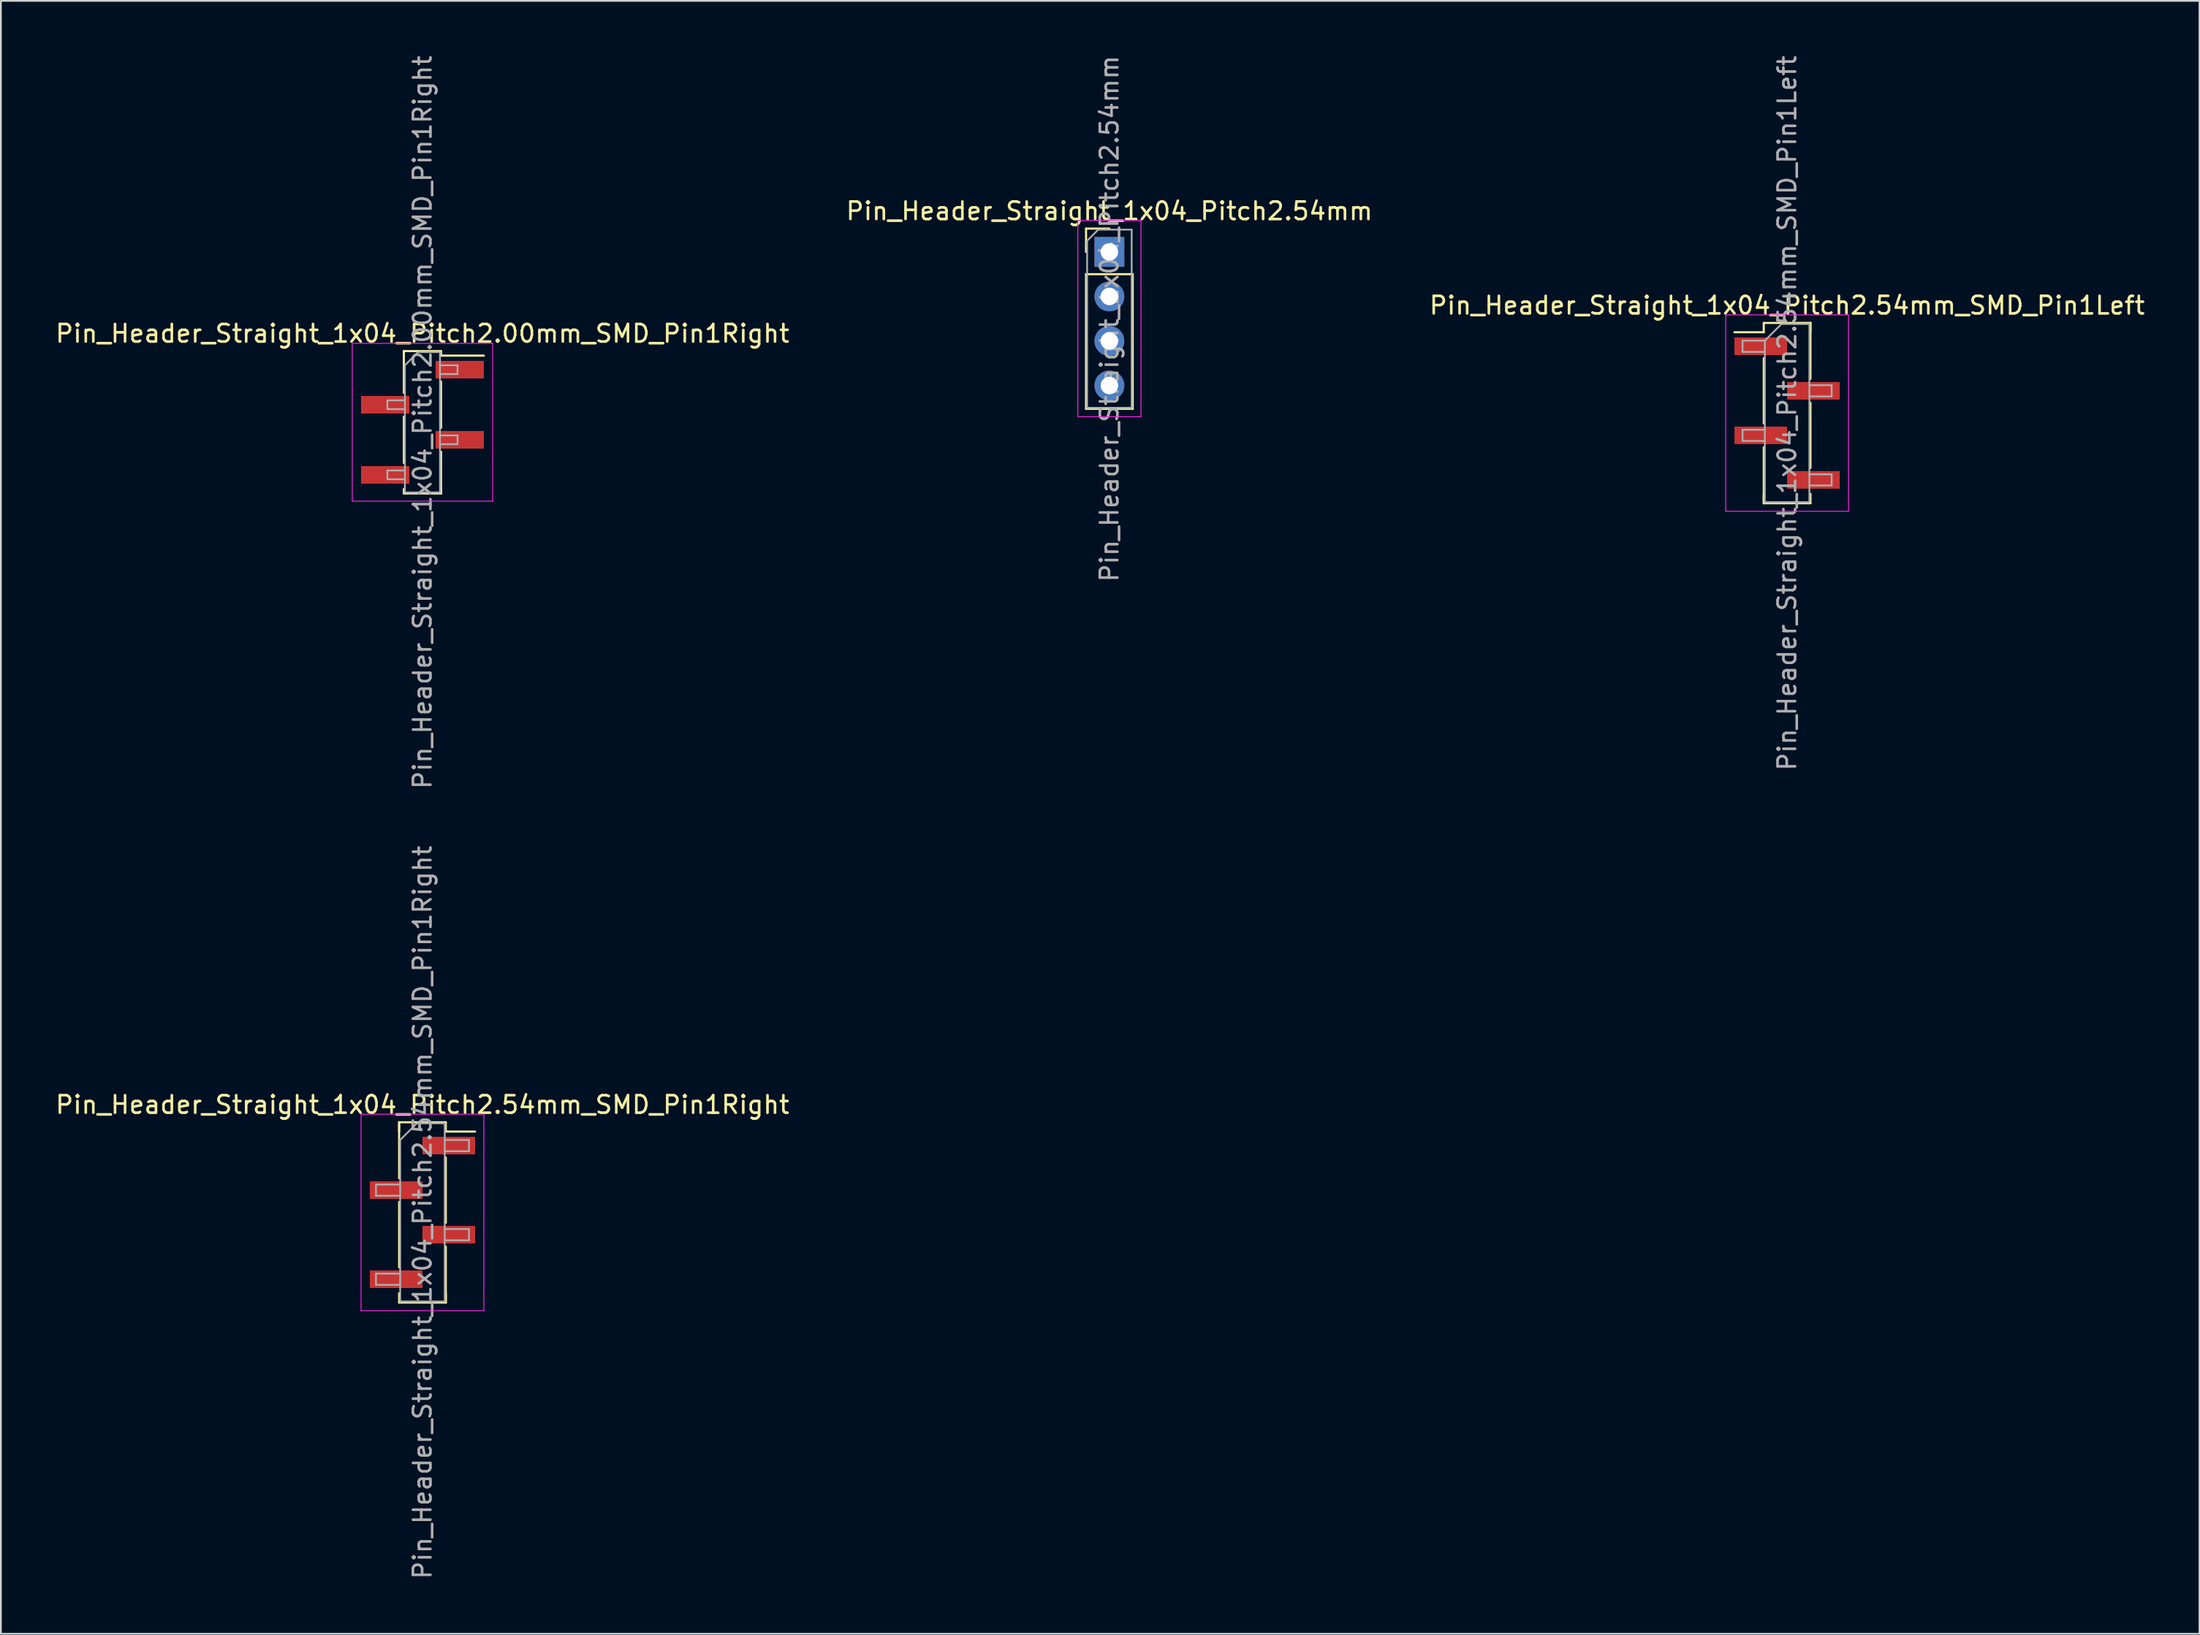
<source format=kicad_pcb>
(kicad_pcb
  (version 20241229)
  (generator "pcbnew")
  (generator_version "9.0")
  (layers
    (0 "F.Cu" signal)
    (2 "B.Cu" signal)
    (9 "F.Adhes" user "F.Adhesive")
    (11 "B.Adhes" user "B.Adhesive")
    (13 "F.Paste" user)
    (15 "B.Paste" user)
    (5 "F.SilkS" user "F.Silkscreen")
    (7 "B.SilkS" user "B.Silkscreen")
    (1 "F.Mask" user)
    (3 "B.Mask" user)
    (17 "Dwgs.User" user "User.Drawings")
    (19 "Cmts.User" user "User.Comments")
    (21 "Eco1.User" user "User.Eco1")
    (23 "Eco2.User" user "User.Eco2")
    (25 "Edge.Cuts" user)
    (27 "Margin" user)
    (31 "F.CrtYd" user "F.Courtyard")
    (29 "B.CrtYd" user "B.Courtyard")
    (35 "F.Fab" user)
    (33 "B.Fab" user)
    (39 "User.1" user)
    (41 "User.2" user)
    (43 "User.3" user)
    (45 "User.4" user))
  (footprint "Pin_Header_Straight_1x04_Pitch2.54mm_SMD_Pin1Right"
    (layer "F.Cu")
    (at 21.03 66.089)
    (property "Reference" "Pin_Header_Straight_1x04_Pitch2.54mm_SMD_Pin1Right" (at 0 -6.14 0) (layer "F.SilkS") (effects (font (size 1 1) (thickness 0.15))))
    (attr smd)
    (fp_line (start -1.33 -5.14) (end -1.33 -1.95) (stroke (width 0.12) (type solid)) (layer "F.SilkS"))
    (fp_line (start -1.33 -5.14) (end 1.33 -5.14) (stroke (width 0.12) (type solid)) (layer "F.SilkS"))
    (fp_line (start -1.33 -4.61) (end -1.33 -5.14) (stroke (width 0.12) (type solid)) (layer "F.SilkS"))
    (fp_line (start -1.33 -0.59) (end -1.33 3.13) (stroke (width 0.12) (type solid)) (layer "F.SilkS"))
    (fp_line (start -1.33 4.61) (end -1.33 5.14) (stroke (width 0.12) (type solid)) (layer "F.SilkS"))
    (fp_line (start -1.33 5.14) (end 1.33 5.14) (stroke (width 0.12) (type solid)) (layer "F.SilkS"))
    (fp_line (start 1.33 -5.14) (end 1.33 -4.61) (stroke (width 0.12) (type solid)) (layer "F.SilkS"))
    (fp_line (start 1.33 -4.61) (end 3 -4.61) (stroke (width 0.12) (type solid)) (layer "F.SilkS"))
    (fp_line (start 1.33 -3.13) (end 1.33 0.59) (stroke (width 0.12) (type solid)) (layer "F.SilkS"))
    (fp_line (start 1.33 1.95) (end 1.33 5.14) (stroke (width 0.12) (type solid)) (layer "F.SilkS"))
    (fp_line (start 1.33 5.14) (end 1.33 4.61) (stroke (width 0.12) (type solid)) (layer "F.SilkS"))
    (fp_line (start -3.5 -5.6) (end -3.5 5.6) (stroke (width 0.05) (type solid)) (layer "F.CrtYd"))
    (fp_line (start -3.5 5.6) (end 3.5 5.6) (stroke (width 0.05) (type solid)) (layer "F.CrtYd"))
    (fp_line (start 3.5 -5.6) (end -3.5 -5.6) (stroke (width 0.05) (type solid)) (layer "F.CrtYd"))
    (fp_line (start 3.5 5.6) (end 3.5 -5.6) (stroke (width 0.05) (type solid)) (layer "F.CrtYd"))
    (fp_line (start -2.65 -1.59) (end -2.65 -0.95) (stroke (width 0.1) (type solid)) (layer "F.Fab"))
    (fp_line (start -2.65 -0.95) (end -1.27 -0.95) (stroke (width 0.1) (type solid)) (layer "F.Fab"))
    (fp_line (start -2.65 3.49) (end -2.65 4.13) (stroke (width 0.1) (type solid)) (layer "F.Fab"))
    (fp_line (start -2.65 4.13) (end -1.27 4.13) (stroke (width 0.1) (type solid)) (layer "F.Fab"))
    (fp_line (start -1.27 -4.13) (end -0.32 -5.08) (stroke (width 0.1) (type solid)) (layer "F.Fab"))
    (fp_line (start -1.27 -1.59) (end -2.65 -1.59) (stroke (width 0.1) (type solid)) (layer "F.Fab"))
    (fp_line (start -1.27 3.49) (end -2.65 3.49) (stroke (width 0.1) (type solid)) (layer "F.Fab"))
    (fp_line (start -1.27 5.08) (end -1.27 -4.13) (stroke (width 0.1) (type solid)) (layer "F.Fab"))
    (fp_line (start -0.32 -5.08) (end 1.27 -5.08) (stroke (width 0.1) (type solid)) (layer "F.Fab"))
    (fp_line (start 1.27 -5.08) (end 1.27 5.08) (stroke (width 0.1) (type solid)) (layer "F.Fab"))
    (fp_line (start 1.27 -4.13) (end 2.65 -4.13) (stroke (width 0.1) (type solid)) (layer "F.Fab"))
    (fp_line (start 1.27 0.95) (end 2.65 0.95) (stroke (width 0.1) (type solid)) (layer "F.Fab"))
    (fp_line (start 1.27 5.08) (end -1.27 5.08) (stroke (width 0.1) (type solid)) (layer "F.Fab"))
    (fp_line (start 2.65 -4.13) (end 2.65 -3.49) (stroke (width 0.1) (type solid)) (layer "F.Fab"))
    (fp_line (start 2.65 -3.49) (end 1.27 -3.49) (stroke (width 0.1) (type solid)) (layer "F.Fab"))
    (fp_line (start 2.65 0.95) (end 2.65 1.59) (stroke (width 0.1) (type solid)) (layer "F.Fab"))
    (fp_line (start 2.65 1.59) (end 1.27 1.59) (stroke (width 0.1) (type solid)) (layer "F.Fab"))
    (fp_text user "${REFERENCE}" (at 0 0 90) (layer "F.Fab") (effects (font (size 1 1) (thickness 0.15))))
    (pad "1" smd rect (at 1.5 -3.81) (size 3 1) (layers "F.Cu" "F.Mask" "F.Paste"))
    (pad "2" smd rect (at -1.5 -1.27) (size 3 1) (layers "F.Cu" "F.Mask" "F.Paste"))
    (pad "3" smd rect (at 1.5 1.27) (size 3 1) (layers "F.Cu" "F.Mask" "F.Paste"))
    (pad "4" smd rect (at -1.5 3.81) (size 3 1) (layers "F.Cu" "F.Mask" "F.Paste")))
  (footprint "Pin_Header_Straight_1x04_Pitch2.00mm_SMD_Pin1Right"
    (layer "F.Cu")
    (at 21.03 21.03)
    (property "Reference" "Pin_Header_Straight_1x04_Pitch2.00mm_SMD_Pin1Right" (at 0 -5.06 0) (layer "F.SilkS") (effects (font (size 1 1) (thickness 0.15))))
    (attr smd)
    (fp_line (start -1.06 -4.06) (end -1.06 -1.68) (stroke (width 0.12) (type solid)) (layer "F.SilkS"))
    (fp_line (start -1.06 -4.06) (end 1.06 -4.06) (stroke (width 0.12) (type solid)) (layer "F.SilkS"))
    (fp_line (start -1.06 -3.8) (end -1.06 -4.06) (stroke (width 0.12) (type solid)) (layer "F.SilkS"))
    (fp_line (start -1.06 -0.32) (end -1.06 2.32) (stroke (width 0.12) (type solid)) (layer "F.SilkS"))
    (fp_line (start -1.06 3.8) (end -1.06 4.06) (stroke (width 0.12) (type solid)) (layer "F.SilkS"))
    (fp_line (start -1.06 4.06) (end 1.06 4.06) (stroke (width 0.12) (type solid)) (layer "F.SilkS"))
    (fp_line (start 1.06 -4.06) (end 1.06 -3.8) (stroke (width 0.12) (type solid)) (layer "F.SilkS"))
    (fp_line (start 1.06 -3.8) (end 3.5 -3.8) (stroke (width 0.12) (type solid)) (layer "F.SilkS"))
    (fp_line (start 1.06 -2.32) (end 1.06 0.32) (stroke (width 0.12) (type solid)) (layer "F.SilkS"))
    (fp_line (start 1.06 1.68) (end 1.06 4.06) (stroke (width 0.12) (type solid)) (layer "F.SilkS"))
    (fp_line (start 1.06 4.06) (end 1.06 3.8) (stroke (width 0.12) (type solid)) (layer "F.SilkS"))
    (fp_line (start -4 -4.5) (end -4 4.5) (stroke (width 0.05) (type solid)) (layer "F.CrtYd"))
    (fp_line (start -4 4.5) (end 4 4.5) (stroke (width 0.05) (type solid)) (layer "F.CrtYd"))
    (fp_line (start 4 -4.5) (end -4 -4.5) (stroke (width 0.05) (type solid)) (layer "F.CrtYd"))
    (fp_line (start 4 4.5) (end 4 -4.5) (stroke (width 0.05) (type solid)) (layer "F.CrtYd"))
    (fp_line (start -2 -1.25) (end -2 -0.75) (stroke (width 0.1) (type solid)) (layer "F.Fab"))
    (fp_line (start -2 -0.75) (end -1 -0.75) (stroke (width 0.1) (type solid)) (layer "F.Fab"))
    (fp_line (start -2 2.75) (end -2 3.25) (stroke (width 0.1) (type solid)) (layer "F.Fab"))
    (fp_line (start -2 3.25) (end -1 3.25) (stroke (width 0.1) (type solid)) (layer "F.Fab"))
    (fp_line (start -1 -3.25) (end -0.25 -4) (stroke (width 0.1) (type solid)) (layer "F.Fab"))
    (fp_line (start -1 -1.25) (end -2 -1.25) (stroke (width 0.1) (type solid)) (layer "F.Fab"))
    (fp_line (start -1 2.75) (end -2 2.75) (stroke (width 0.1) (type solid)) (layer "F.Fab"))
    (fp_line (start -1 4) (end -1 -3.25) (stroke (width 0.1) (type solid)) (layer "F.Fab"))
    (fp_line (start -0.25 -4) (end 1 -4) (stroke (width 0.1) (type solid)) (layer "F.Fab"))
    (fp_line (start 1 -4) (end 1 4) (stroke (width 0.1) (type solid)) (layer "F.Fab"))
    (fp_line (start 1 -3.25) (end 2 -3.25) (stroke (width 0.1) (type solid)) (layer "F.Fab"))
    (fp_line (start 1 0.75) (end 2 0.75) (stroke (width 0.1) (type solid)) (layer "F.Fab"))
    (fp_line (start 1 4) (end -1 4) (stroke (width 0.1) (type solid)) (layer "F.Fab"))
    (fp_line (start 2 -3.25) (end 2 -2.75) (stroke (width 0.1) (type solid)) (layer "F.Fab"))
    (fp_line (start 2 -2.75) (end 1 -2.75) (stroke (width 0.1) (type solid)) (layer "F.Fab"))
    (fp_line (start 2 0.75) (end 2 1.25) (stroke (width 0.1) (type solid)) (layer "F.Fab"))
    (fp_line (start 2 1.25) (end 1 1.25) (stroke (width 0.1) (type solid)) (layer "F.Fab"))
    (fp_text user "${REFERENCE}" (at 0 0 90) (layer "F.Fab") (effects (font (size 1 1) (thickness 0.15))))
    (pad "1" smd rect (at 2.125 -3) (size 2.75 1) (layers "F.Cu" "F.Mask" "F.Paste"))
    (pad "2" smd rect (at -2.125 -1) (size 2.75 1) (layers "F.Cu" "F.Mask" "F.Paste"))
    (pad "3" smd rect (at 2.125 1) (size 2.75 1) (layers "F.Cu" "F.Mask" "F.Paste"))
    (pad "4" smd rect (at -2.125 3) (size 2.75 1) (layers "F.Cu" "F.Mask" "F.Paste")))
  (footprint "Pin_Header_Straight_1x04_Pitch2.54mm_SMD_Pin1Left"
    (layer "F.Cu")
    (at 98.815 20.506)
    (property "Reference" "Pin_Header_Straight_1x04_Pitch2.54mm_SMD_Pin1Left" (at 0 -6.14 0) (layer "F.SilkS") (effects (font (size 1 1) (thickness 0.15))))
    (attr smd)
    (fp_line (start -1.33 -5.14) (end 1.33 -5.14) (stroke (width 0.12) (type solid)) (layer "F.SilkS"))
    (fp_line (start -1.33 -4.61) (end -3 -4.61) (stroke (width 0.12) (type solid)) (layer "F.SilkS"))
    (fp_line (start -1.33 -4.61) (end -1.33 -5.14) (stroke (width 0.12) (type solid)) (layer "F.SilkS"))
    (fp_line (start -1.33 -3.13) (end -1.33 0.59) (stroke (width 0.12) (type solid)) (layer "F.SilkS"))
    (fp_line (start -1.33 1.95) (end -1.33 5.14) (stroke (width 0.12) (type solid)) (layer "F.SilkS"))
    (fp_line (start -1.33 4.61) (end -1.33 5.14) (stroke (width 0.12) (type solid)) (layer "F.SilkS"))
    (fp_line (start -1.33 5.14) (end 1.33 5.14) (stroke (width 0.12) (type solid)) (layer "F.SilkS"))
    (fp_line (start 1.33 -5.14) (end 1.33 -4.61) (stroke (width 0.12) (type solid)) (layer "F.SilkS"))
    (fp_line (start 1.33 -5.14) (end 1.33 -1.95) (stroke (width 0.12) (type solid)) (layer "F.SilkS"))
    (fp_line (start 1.33 -0.59) (end 1.33 3.13) (stroke (width 0.12) (type solid)) (layer "F.SilkS"))
    (fp_line (start 1.33 5.14) (end 1.33 4.61) (stroke (width 0.12) (type solid)) (layer "F.SilkS"))
    (fp_line (start -3.5 -5.6) (end -3.5 5.6) (stroke (width 0.05) (type solid)) (layer "F.CrtYd"))
    (fp_line (start -3.5 5.6) (end 3.5 5.6) (stroke (width 0.05) (type solid)) (layer "F.CrtYd"))
    (fp_line (start 3.5 -5.6) (end -3.5 -5.6) (stroke (width 0.05) (type solid)) (layer "F.CrtYd"))
    (fp_line (start 3.5 5.6) (end 3.5 -5.6) (stroke (width 0.05) (type solid)) (layer "F.CrtYd"))
    (fp_line (start -2.54 -4.13) (end -2.54 -3.49) (stroke (width 0.1) (type solid)) (layer "F.Fab"))
    (fp_line (start -2.54 -3.49) (end -1.27 -3.49) (stroke (width 0.1) (type solid)) (layer "F.Fab"))
    (fp_line (start -2.54 0.95) (end -2.54 1.59) (stroke (width 0.1) (type solid)) (layer "F.Fab"))
    (fp_line (start -2.54 1.59) (end -1.27 1.59) (stroke (width 0.1) (type solid)) (layer "F.Fab"))
    (fp_line (start -1.27 -4.13) (end -2.54 -4.13) (stroke (width 0.1) (type solid)) (layer "F.Fab"))
    (fp_line (start -1.27 -4.13) (end -0.32 -5.08) (stroke (width 0.1) (type solid)) (layer "F.Fab"))
    (fp_line (start -1.27 0.95) (end -2.54 0.95) (stroke (width 0.1) (type solid)) (layer "F.Fab"))
    (fp_line (start -1.27 5.08) (end -1.27 -4.13) (stroke (width 0.1) (type solid)) (layer "F.Fab"))
    (fp_line (start -0.32 -5.08) (end 1.27 -5.08) (stroke (width 0.1) (type solid)) (layer "F.Fab"))
    (fp_line (start 1.27 -5.08) (end 1.27 5.08) (stroke (width 0.1) (type solid)) (layer "F.Fab"))
    (fp_line (start 1.27 -1.59) (end 2.54 -1.59) (stroke (width 0.1) (type solid)) (layer "F.Fab"))
    (fp_line (start 1.27 3.49) (end 2.54 3.49) (stroke (width 0.1) (type solid)) (layer "F.Fab"))
    (fp_line (start 1.27 5.08) (end -1.27 5.08) (stroke (width 0.1) (type solid)) (layer "F.Fab"))
    (fp_line (start 2.54 -1.59) (end 2.54 -0.95) (stroke (width 0.1) (type solid)) (layer "F.Fab"))
    (fp_line (start 2.54 -0.95) (end 1.27 -0.95) (stroke (width 0.1) (type solid)) (layer "F.Fab"))
    (fp_line (start 2.54 3.49) (end 2.54 4.13) (stroke (width 0.1) (type solid)) (layer "F.Fab"))
    (fp_line (start 2.54 4.13) (end 1.27 4.13) (stroke (width 0.1) (type solid)) (layer "F.Fab"))
    (fp_text user "${REFERENCE}" (at 0 0 90) (layer "F.Fab") (effects (font (size 1 1) (thickness 0.15))))
    (pad "1" smd rect (at -1.5 -3.81) (size 3 1) (layers "F.Cu" "F.Mask" "F.Paste"))
    (pad "2" smd rect (at 1.5 -1.27) (size 3 1) (layers "F.Cu" "F.Mask" "F.Paste"))
    (pad "3" smd rect (at -1.5 1.27) (size 3 1) (layers "F.Cu" "F.Mask" "F.Paste"))
    (pad "4" smd rect (at 1.5 3.81) (size 3 1) (layers "F.Cu" "F.Mask" "F.Paste")))
  (footprint "Pin_Header_Straight_1x04_Pitch2.54mm"
    (layer "F.Cu")
    (at 60.185 11.315)
    (property "Reference" "Pin_Header_Straight_1x04_Pitch2.54mm" (at 0 -2.33 0) (layer "F.SilkS") (effects (font (size 1 1) (thickness 0.15))))
    (attr through_hole)
    (fp_line (start -1.33 -1.33) (end 0 -1.33) (stroke (width 0.12) (type solid)) (layer "F.SilkS"))
    (fp_line (start -1.33 0) (end -1.33 -1.33) (stroke (width 0.12) (type solid)) (layer "F.SilkS"))
    (fp_line (start -1.33 1.27) (end -1.33 8.95) (stroke (width 0.12) (type solid)) (layer "F.SilkS"))
    (fp_line (start -1.33 8.95) (end 1.33 8.95) (stroke (width 0.12) (type solid)) (layer "F.SilkS"))
    (fp_line (start 1.33 1.27) (end -1.33 1.27) (stroke (width 0.12) (type solid)) (layer "F.SilkS"))
    (fp_line (start 1.33 8.95) (end 1.33 1.27) (stroke (width 0.12) (type solid)) (layer "F.SilkS"))
    (fp_line (start -1.8 -1.8) (end -1.8 9.4) (stroke (width 0.05) (type solid)) (layer "F.CrtYd"))
    (fp_line (start -1.8 9.4) (end 1.8 9.4) (stroke (width 0.05) (type solid)) (layer "F.CrtYd"))
    (fp_line (start 1.8 -1.8) (end -1.8 -1.8) (stroke (width 0.05) (type solid)) (layer "F.CrtYd"))
    (fp_line (start 1.8 9.4) (end 1.8 -1.8) (stroke (width 0.05) (type solid)) (layer "F.CrtYd"))
    (fp_line (start -1.27 -0.635) (end -0.635 -1.27) (stroke (width 0.1) (type solid)) (layer "F.Fab"))
    (fp_line (start -1.27 8.89) (end -1.27 -0.635) (stroke (width 0.1) (type solid)) (layer "F.Fab"))
    (fp_line (start -0.635 -1.27) (end 1.27 -1.27) (stroke (width 0.1) (type solid)) (layer "F.Fab"))
    (fp_line (start 1.27 -1.27) (end 1.27 8.89) (stroke (width 0.1) (type solid)) (layer "F.Fab"))
    (fp_line (start 1.27 8.89) (end -1.27 8.89) (stroke (width 0.1) (type solid)) (layer "F.Fab"))
    (fp_text user "${REFERENCE}" (at 0 3.81 90) (layer "F.Fab") (effects (font (size 1 1) (thickness 0.15))))
    (pad "1" thru_hole rect (at 0 0) (size 1.7 1.7) (drill 1) (layers "*.Cu" "*.Mask"))
    (pad "2" thru_hole oval (at 0 2.54) (size 1.7 1.7) (drill 1) (layers "*.Cu" "*.Mask"))
    (pad "3" thru_hole oval (at 0 5.08) (size 1.7 1.7) (drill 1) (layers "*.Cu" "*.Mask"))
    (pad "4" thru_hole oval (at 0 7.62) (size 1.7 1.7) (drill 1) (layers "*.Cu" "*.Mask")))
  (gr_rect
    (start -3 -3)
    (end 122.321 90.119)
    (stroke (width 0.1) (type default))
    (fill no)
    (layer "Edge.Cuts")))
</source>
